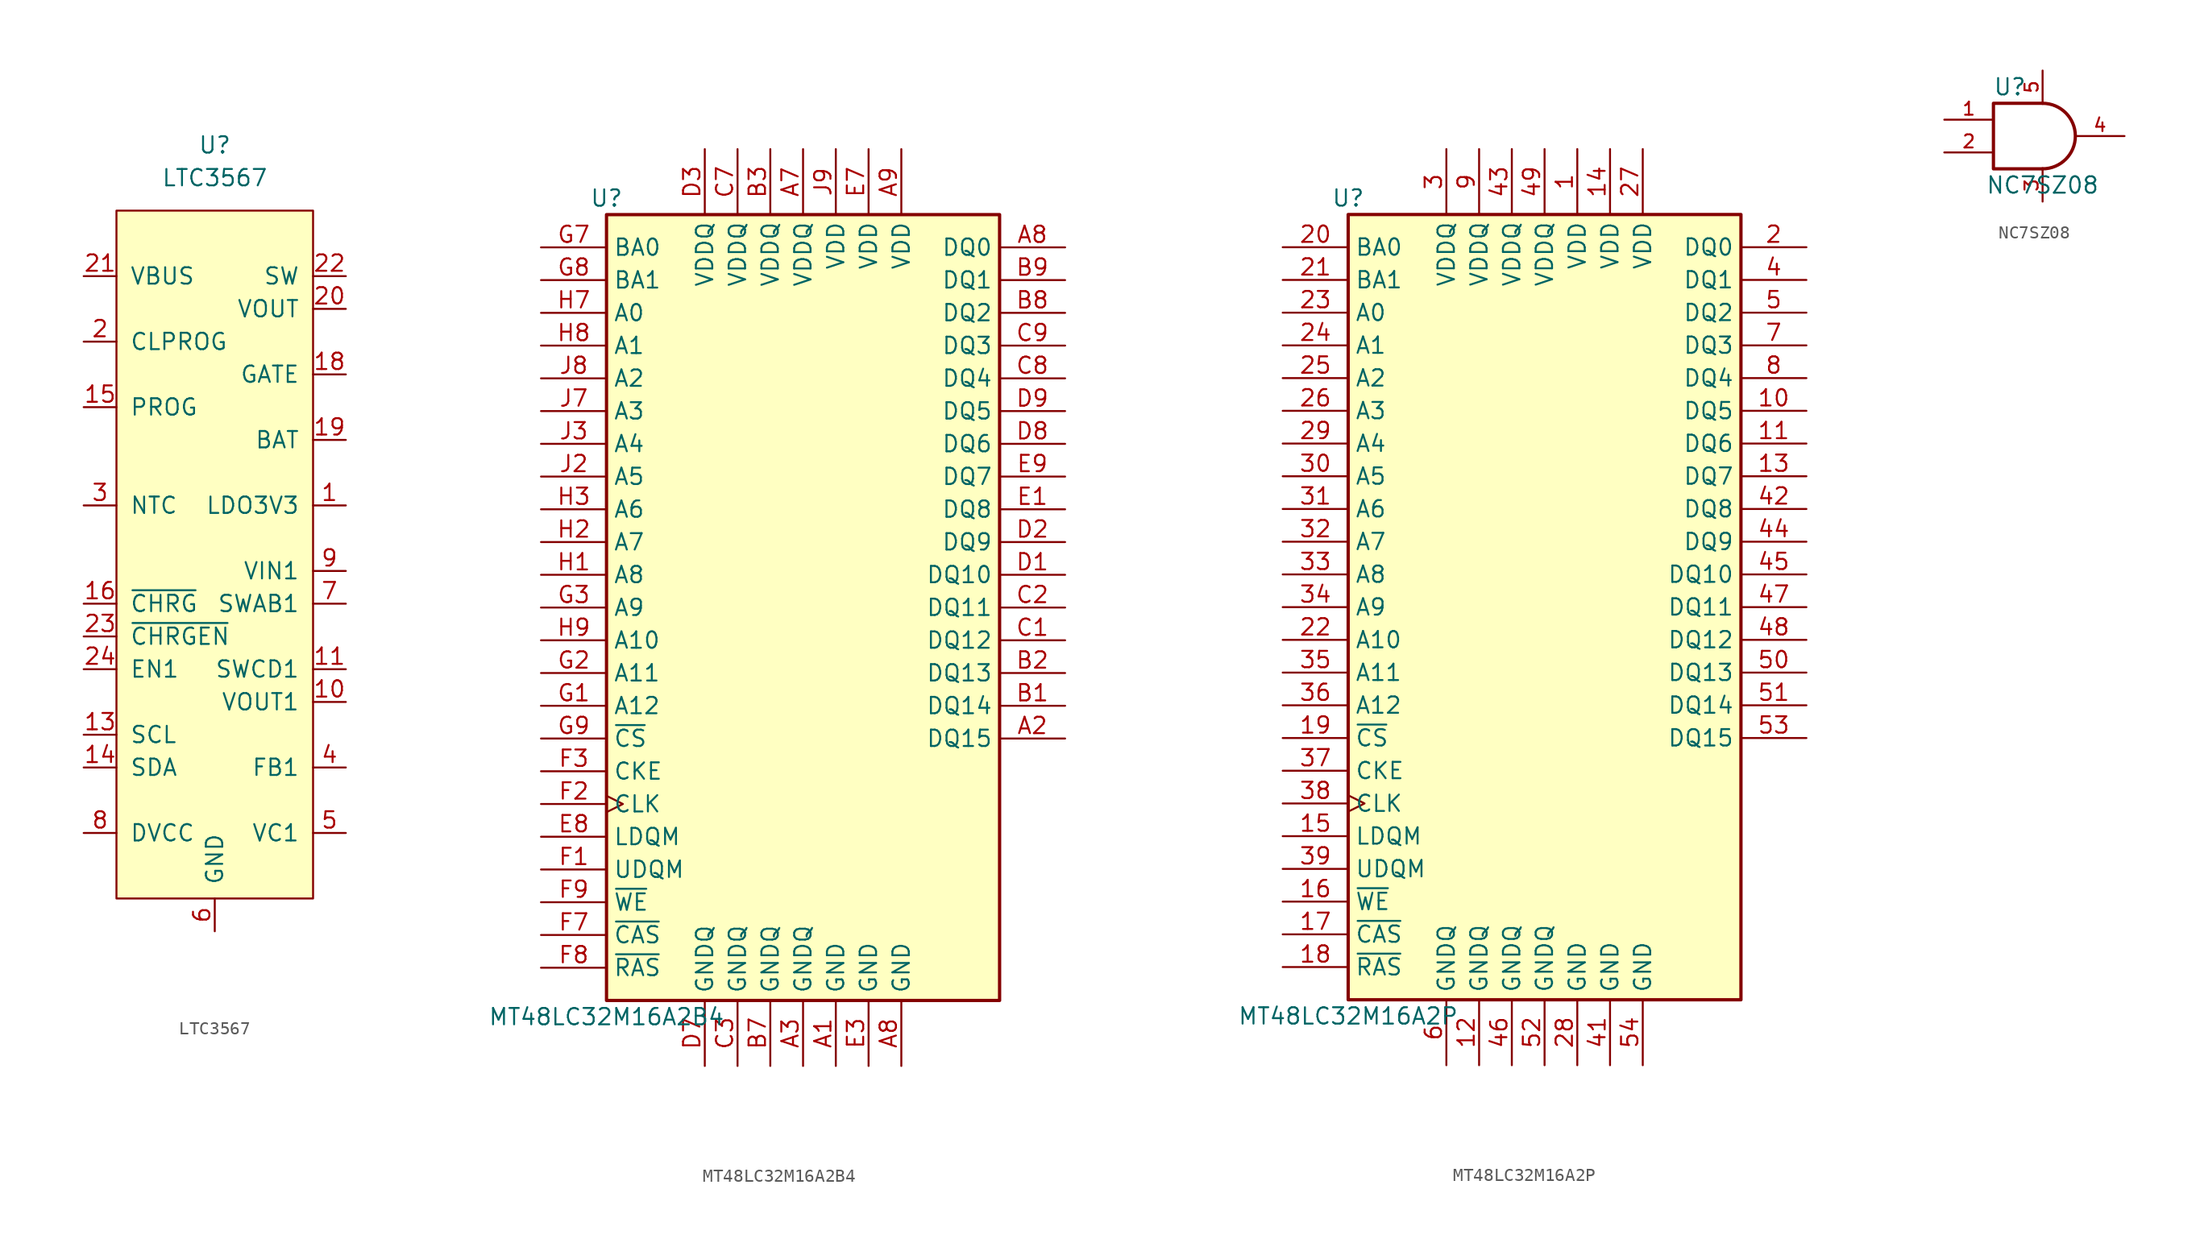
<source format=kicad_sym>
(kicad_symbol_lib
  (version 20210619)
  (generator kicad_symbol_editor)
  (symbol "symbols:LTC3567"
    (pin_names
      (offset 1.016))
    (property "Reference" "U"
      (at 0 0 0)
      (effects (font (size 1.27 1.27))))
    (property "Value" "LTC3567"
      (at 0 -2.54 0)
      (effects (font (size 1.27 1.27))))
    (symbol "LTC3567_0_1"
      (rectangle (start -7.62 -5.08) (end 7.62 -58.42) (stroke (width 0)) (fill (type background))))
    (symbol "LTC3567_1_1"
      (pin output line (at 10.16 -27.94 180) (length 2.54) (name "LDO3V3" (effects (font (size 1.27 1.27)))) (number "1" (effects (font (size 1.27 1.27)))))
      (pin output line (at 10.16 -43.18 180) (length 2.54) (name "VOUT1" (effects (font (size 1.27 1.27)))) (number "10" (effects (font (size 1.27 1.27)))))
      (pin input line (at 10.16 -40.64 180) (length 2.54) (name "SWCD1" (effects (font (size 1.27 1.27)))) (number "11" (effects (font (size 1.27 1.27)))))
      (pin power_in line (at 0 -60.96 90) (length 2.54) hide (name "GND" (effects (font (size 1.27 1.27)))) (number "12" (effects (font (size 1.27 1.27)))))
      (pin open_collector line (at -10.16 -45.72 0) (length 2.54) (name "SCL" (effects (font (size 1.27 1.27)))) (number "13" (effects (font (size 1.27 1.27)))))
      (pin open_collector line (at -10.16 -48.26 0) (length 2.54) (name "SDA" (effects (font (size 1.27 1.27)))) (number "14" (effects (font (size 1.27 1.27)))))
      (pin input line (at -10.16 -20.32 0) (length 2.54) (name "PROG" (effects (font (size 1.27 1.27)))) (number "15" (effects (font (size 1.27 1.27)))))
      (pin output line (at -10.16 -35.56 0) (length 2.54) (name "~{CHRG}" (effects (font (size 1.27 1.27)))) (number "16" (effects (font (size 1.27 1.27)))))
      (pin power_in line (at 0 -60.96 90) (length 2.54) hide (name "GND" (effects (font (size 1.27 1.27)))) (number "17" (effects (font (size 1.27 1.27)))))
      (pin output line (at 10.16 -17.78 180) (length 2.54) (name "GATE" (effects (font (size 1.27 1.27)))) (number "18" (effects (font (size 1.27 1.27)))))
      (pin input line (at 10.16 -22.86 180) (length 2.54) (name "BAT" (effects (font (size 1.27 1.27)))) (number "19" (effects (font (size 1.27 1.27)))))
      (pin input line (at -10.16 -15.24 0) (length 2.54) (name "CLPROG" (effects (font (size 1.27 1.27)))) (number "2" (effects (font (size 1.27 1.27)))))
      (pin output line (at 10.16 -12.7 180) (length 2.54) (name "VOUT" (effects (font (size 1.27 1.27)))) (number "20" (effects (font (size 1.27 1.27)))))
      (pin input line (at -10.16 -10.16 0) (length 2.54) (name "VBUS" (effects (font (size 1.27 1.27)))) (number "21" (effects (font (size 1.27 1.27)))))
      (pin output line (at 10.16 -10.16 180) (length 2.54) (name "SW" (effects (font (size 1.27 1.27)))) (number "22" (effects (font (size 1.27 1.27)))))
      (pin input line (at -10.16 -38.1 0) (length 2.54) (name "~{CHRGEN}" (effects (font (size 1.27 1.27)))) (number "23" (effects (font (size 1.27 1.27)))))
      (pin input line (at -10.16 -40.64 0) (length 2.54) (name "EN1" (effects (font (size 1.27 1.27)))) (number "24" (effects (font (size 1.27 1.27)))))
      (pin power_in line (at 0 -60.96 90) (length 2.54) hide (name "GND" (effects (font (size 1.27 1.27)))) (number "25" (effects (font (size 1.27 1.27)))))
      (pin input line (at -10.16 -27.94 0) (length 2.54) (name "NTC" (effects (font (size 1.27 1.27)))) (number "3" (effects (font (size 1.27 1.27)))))
      (pin input line (at 10.16 -48.26 180) (length 2.54) (name "FB1" (effects (font (size 1.27 1.27)))) (number "4" (effects (font (size 1.27 1.27)))))
      (pin input line (at 10.16 -53.34 180) (length 2.54) (name "VC1" (effects (font (size 1.27 1.27)))) (number "5" (effects (font (size 1.27 1.27)))))
      (pin power_in line (at 0 -60.96 90) (length 2.54) (name "GND" (effects (font (size 1.27 1.27)))) (number "6" (effects (font (size 1.27 1.27)))))
      (pin input line (at 10.16 -35.56 180) (length 2.54) (name "SWAB1" (effects (font (size 1.27 1.27)))) (number "7" (effects (font (size 1.27 1.27)))))
      (pin input line (at -10.16 -53.34 0) (length 2.54) (name "DVCC" (effects (font (size 1.27 1.27)))) (number "8" (effects (font (size 1.27 1.27)))))
      (pin input line (at 10.16 -33.02 180) (length 2.54) (name "VIN1" (effects (font (size 1.27 1.27)))) (number "9" (effects (font (size 1.27 1.27)))))))
  (symbol "symbols:MT48LC32M16A2B4"
    (property "Reference" "U"
      (at -15.24 31.75 0)
      (effects (font (size 1.27 1.27))))
    (property "Value" "MT48LC32M16A2B4"
      (at -15.24 -31.75 0)
      (effects (font (size 1.27 1.27))))
    (symbol "MT48LC32M16A2B4_1_1"
      (rectangle (start -15.24 30.48) (end 15.24 -30.48) (stroke (width 0.254)) (fill (type background)))
      (pin power_in line (at 2.54 -35.56 90) (length 5.08) (name "GND" (effects (font (size 1.27 1.27)))) (number "A1" (effects (font (size 1.27 1.27)))))
      (pin bidirectional line (at 20.32 -10.16 180) (length 5.08) (name "DQ15" (effects (font (size 1.27 1.27)))) (number "A2" (effects (font (size 1.27 1.27)))))
      (pin power_in line (at 0 -35.56 90) (length 5.08) (name "GNDQ" (effects (font (size 1.27 1.27)))) (number "A3" (effects (font (size 1.27 1.27)))))
      (pin power_in line (at 0 35.56 270) (length 5.08) (name "VDDQ" (effects (font (size 1.27 1.27)))) (number "A7" (effects (font (size 1.27 1.27)))))
      (pin bidirectional line (at 20.32 27.94 180) (length 5.08) (name "DQ0" (effects (font (size 1.27 1.27)))) (number "A8" (effects (font (size 1.27 1.27)))))
      (pin power_in line (at 7.62 -35.56 90) (length 5.08) (name "GND" (effects (font (size 1.27 1.27)))) (number "A8" (effects (font (size 1.27 1.27)))))
      (pin power_in line (at 7.62 35.56 270) (length 5.08) (name "VDD" (effects (font (size 1.27 1.27)))) (number "A9" (effects (font (size 1.27 1.27)))))
      (pin bidirectional line (at 20.32 -7.62 180) (length 5.08) (name "DQ14" (effects (font (size 1.27 1.27)))) (number "B1" (effects (font (size 1.27 1.27)))))
      (pin bidirectional line (at 20.32 -5.08 180) (length 5.08) (name "DQ13" (effects (font (size 1.27 1.27)))) (number "B2" (effects (font (size 1.27 1.27)))))
      (pin power_in line (at -2.54 35.56 270) (length 5.08) (name "VDDQ" (effects (font (size 1.27 1.27)))) (number "B3" (effects (font (size 1.27 1.27)))))
      (pin power_in line (at -2.54 -35.56 90) (length 5.08) (name "GNDQ" (effects (font (size 1.27 1.27)))) (number "B7" (effects (font (size 1.27 1.27)))))
      (pin bidirectional line (at 20.32 22.86 180) (length 5.08) (name "DQ2" (effects (font (size 1.27 1.27)))) (number "B8" (effects (font (size 1.27 1.27)))))
      (pin bidirectional line (at 20.32 25.4 180) (length 5.08) (name "DQ1" (effects (font (size 1.27 1.27)))) (number "B9" (effects (font (size 1.27 1.27)))))
      (pin bidirectional line (at 20.32 -2.54 180) (length 5.08) (name "DQ12" (effects (font (size 1.27 1.27)))) (number "C1" (effects (font (size 1.27 1.27)))))
      (pin bidirectional line (at 20.32 0 180) (length 5.08) (name "DQ11" (effects (font (size 1.27 1.27)))) (number "C2" (effects (font (size 1.27 1.27)))))
      (pin power_in line (at -5.08 -35.56 90) (length 5.08) (name "GNDQ" (effects (font (size 1.27 1.27)))) (number "C3" (effects (font (size 1.27 1.27)))))
      (pin power_in line (at -5.08 35.56 270) (length 5.08) (name "VDDQ" (effects (font (size 1.27 1.27)))) (number "C7" (effects (font (size 1.27 1.27)))))
      (pin bidirectional line (at 20.32 17.78 180) (length 5.08) (name "DQ4" (effects (font (size 1.27 1.27)))) (number "C8" (effects (font (size 1.27 1.27)))))
      (pin bidirectional line (at 20.32 20.32 180) (length 5.08) (name "DQ3" (effects (font (size 1.27 1.27)))) (number "C9" (effects (font (size 1.27 1.27)))))
      (pin bidirectional line (at 20.32 2.54 180) (length 5.08) (name "DQ10" (effects (font (size 1.27 1.27)))) (number "D1" (effects (font (size 1.27 1.27)))))
      (pin bidirectional line (at 20.32 5.08 180) (length 5.08) (name "DQ9" (effects (font (size 1.27 1.27)))) (number "D2" (effects (font (size 1.27 1.27)))))
      (pin power_in line (at -7.62 35.56 270) (length 5.08) (name "VDDQ" (effects (font (size 1.27 1.27)))) (number "D3" (effects (font (size 1.27 1.27)))))
      (pin power_in line (at -7.62 -35.56 90) (length 5.08) (name "GNDQ" (effects (font (size 1.27 1.27)))) (number "D7" (effects (font (size 1.27 1.27)))))
      (pin bidirectional line (at 20.32 12.7 180) (length 5.08) (name "DQ6" (effects (font (size 1.27 1.27)))) (number "D8" (effects (font (size 1.27 1.27)))))
      (pin bidirectional line (at 20.32 15.24 180) (length 5.08) (name "DQ5" (effects (font (size 1.27 1.27)))) (number "D9" (effects (font (size 1.27 1.27)))))
      (pin bidirectional line (at 20.32 7.62 180) (length 5.08) (name "DQ8" (effects (font (size 1.27 1.27)))) (number "E1" (effects (font (size 1.27 1.27)))))
      (pin no_connect line (at 15.24 -20.32 180) (length 5.08) hide (name "NC" (effects (font (size 1.27 1.27)))) (number "E2" (effects (font (size 1.27 1.27)))))
      (pin power_in line (at 5.08 -35.56 90) (length 5.08) (name "GND" (effects (font (size 1.27 1.27)))) (number "E3" (effects (font (size 1.27 1.27)))))
      (pin power_in line (at 5.08 35.56 270) (length 5.08) (name "VDD" (effects (font (size 1.27 1.27)))) (number "E7" (effects (font (size 1.27 1.27)))))
      (pin input line (at -20.32 -17.78 0) (length 5.08) (name "LDQM" (effects (font (size 1.27 1.27)))) (number "E8" (effects (font (size 1.27 1.27)))))
      (pin bidirectional line (at 20.32 10.16 180) (length 5.08) (name "DQ7" (effects (font (size 1.27 1.27)))) (number "E9" (effects (font (size 1.27 1.27)))))
      (pin input line (at -20.32 -20.32 0) (length 5.08) (name "UDQM" (effects (font (size 1.27 1.27)))) (number "F1" (effects (font (size 1.27 1.27)))))
      (pin input clock (at -20.32 -15.24 0) (length 5.08) (name "CLK" (effects (font (size 1.27 1.27)))) (number "F2" (effects (font (size 1.27 1.27)))))
      (pin input line (at -20.32 -12.7 0) (length 5.08) (name "CKE" (effects (font (size 1.27 1.27)))) (number "F3" (effects (font (size 1.27 1.27)))))
      (pin input line (at -20.32 -25.4 0) (length 5.08) (name "~{CAS}" (effects (font (size 1.27 1.27)))) (number "F7" (effects (font (size 1.27 1.27)))))
      (pin input line (at -20.32 -27.94 0) (length 5.08) (name "~{RAS}" (effects (font (size 1.27 1.27)))) (number "F8" (effects (font (size 1.27 1.27)))))
      (pin input line (at -20.32 -22.86 0) (length 5.08) (name "~{WE}" (effects (font (size 1.27 1.27)))) (number "F9" (effects (font (size 1.27 1.27)))))
      (pin input line (at -20.32 -7.62 0) (length 5.08) (name "A12" (effects (font (size 1.27 1.27)))) (number "G1" (effects (font (size 1.27 1.27)))))
      (pin input line (at -20.32 -5.08 0) (length 5.08) (name "A11" (effects (font (size 1.27 1.27)))) (number "G2" (effects (font (size 1.27 1.27)))))
      (pin input line (at -20.32 0 0) (length 5.08) (name "A9" (effects (font (size 1.27 1.27)))) (number "G3" (effects (font (size 1.27 1.27)))))
      (pin input line (at -20.32 27.94 0) (length 5.08) (name "BA0" (effects (font (size 1.27 1.27)))) (number "G7" (effects (font (size 1.27 1.27)))))
      (pin input line (at -20.32 25.4 0) (length 5.08) (name "BA1" (effects (font (size 1.27 1.27)))) (number "G8" (effects (font (size 1.27 1.27)))))
      (pin input line (at -20.32 -10.16 0) (length 5.08) (name "~{CS}" (effects (font (size 1.27 1.27)))) (number "G9" (effects (font (size 1.27 1.27)))))
      (pin input line (at -20.32 2.54 0) (length 5.08) (name "A8" (effects (font (size 1.27 1.27)))) (number "H1" (effects (font (size 1.27 1.27)))))
      (pin input line (at -20.32 5.08 0) (length 5.08) (name "A7" (effects (font (size 1.27 1.27)))) (number "H2" (effects (font (size 1.27 1.27)))))
      (pin input line (at -20.32 7.62 0) (length 5.08) (name "A6" (effects (font (size 1.27 1.27)))) (number "H3" (effects (font (size 1.27 1.27)))))
      (pin input line (at -20.32 22.86 0) (length 5.08) (name "A0" (effects (font (size 1.27 1.27)))) (number "H7" (effects (font (size 1.27 1.27)))))
      (pin input line (at -20.32 20.32 0) (length 5.08) (name "A1" (effects (font (size 1.27 1.27)))) (number "H8" (effects (font (size 1.27 1.27)))))
      (pin input line (at -20.32 -2.54 0) (length 5.08) (name "A10" (effects (font (size 1.27 1.27)))) (number "H9" (effects (font (size 1.27 1.27)))))
      (pin input line (at -20.32 10.16 0) (length 5.08) (name "A5" (effects (font (size 1.27 1.27)))) (number "J2" (effects (font (size 1.27 1.27)))))
      (pin input line (at -20.32 12.7 0) (length 5.08) (name "A4" (effects (font (size 1.27 1.27)))) (number "J3" (effects (font (size 1.27 1.27)))))
      (pin input line (at -20.32 15.24 0) (length 5.08) (name "A3" (effects (font (size 1.27 1.27)))) (number "J7" (effects (font (size 1.27 1.27)))))
      (pin input line (at -20.32 17.78 0) (length 5.08) (name "A2" (effects (font (size 1.27 1.27)))) (number "J8" (effects (font (size 1.27 1.27)))))
      (pin power_in line (at 2.54 35.56 270) (length 5.08) (name "VDD" (effects (font (size 1.27 1.27)))) (number "J9" (effects (font (size 1.27 1.27)))))))
  (symbol "symbols:MT48LC32M16A2P"
    (property "Reference" "U"
      (at -15.24 31.75 0)
      (effects (font (size 1.27 1.27))))
    (property "Value" "MT48LC32M16A2P"
      (at -15.24 -31.75 0)
      (effects (font (size 1.27 1.27))))
    (symbol "MT48LC32M16A2P_1_1"
      (rectangle (start -15.24 30.48) (end 15.24 -30.48) (stroke (width 0.254)) (fill (type background)))
      (pin power_in line (at 2.54 35.56 270) (length 5.08) (name "VDD" (effects (font (size 1.27 1.27)))) (number "1" (effects (font (size 1.27 1.27)))))
      (pin bidirectional line (at 20.32 15.24 180) (length 5.08) (name "DQ5" (effects (font (size 1.27 1.27)))) (number "10" (effects (font (size 1.27 1.27)))))
      (pin bidirectional line (at 20.32 12.7 180) (length 5.08) (name "DQ6" (effects (font (size 1.27 1.27)))) (number "11" (effects (font (size 1.27 1.27)))))
      (pin power_in line (at -5.08 -35.56 90) (length 5.08) (name "GNDQ" (effects (font (size 1.27 1.27)))) (number "12" (effects (font (size 1.27 1.27)))))
      (pin bidirectional line (at 20.32 10.16 180) (length 5.08) (name "DQ7" (effects (font (size 1.27 1.27)))) (number "13" (effects (font (size 1.27 1.27)))))
      (pin power_in line (at 5.08 35.56 270) (length 5.08) (name "VDD" (effects (font (size 1.27 1.27)))) (number "14" (effects (font (size 1.27 1.27)))))
      (pin input line (at -20.32 -17.78 0) (length 5.08) (name "LDQM" (effects (font (size 1.27 1.27)))) (number "15" (effects (font (size 1.27 1.27)))))
      (pin input line (at -20.32 -22.86 0) (length 5.08) (name "~{WE}" (effects (font (size 1.27 1.27)))) (number "16" (effects (font (size 1.27 1.27)))))
      (pin input line (at -20.32 -25.4 0) (length 5.08) (name "~{CAS}" (effects (font (size 1.27 1.27)))) (number "17" (effects (font (size 1.27 1.27)))))
      (pin input line (at -20.32 -27.94 0) (length 5.08) (name "~{RAS}" (effects (font (size 1.27 1.27)))) (number "18" (effects (font (size 1.27 1.27)))))
      (pin input line (at -20.32 -10.16 0) (length 5.08) (name "~{CS}" (effects (font (size 1.27 1.27)))) (number "19" (effects (font (size 1.27 1.27)))))
      (pin bidirectional line (at 20.32 27.94 180) (length 5.08) (name "DQ0" (effects (font (size 1.27 1.27)))) (number "2" (effects (font (size 1.27 1.27)))))
      (pin input line (at -20.32 27.94 0) (length 5.08) (name "BA0" (effects (font (size 1.27 1.27)))) (number "20" (effects (font (size 1.27 1.27)))))
      (pin input line (at -20.32 25.4 0) (length 5.08) (name "BA1" (effects (font (size 1.27 1.27)))) (number "21" (effects (font (size 1.27 1.27)))))
      (pin input line (at -20.32 -2.54 0) (length 5.08) (name "A10" (effects (font (size 1.27 1.27)))) (number "22" (effects (font (size 1.27 1.27)))))
      (pin input line (at -20.32 22.86 0) (length 5.08) (name "A0" (effects (font (size 1.27 1.27)))) (number "23" (effects (font (size 1.27 1.27)))))
      (pin input line (at -20.32 20.32 0) (length 5.08) (name "A1" (effects (font (size 1.27 1.27)))) (number "24" (effects (font (size 1.27 1.27)))))
      (pin input line (at -20.32 17.78 0) (length 5.08) (name "A2" (effects (font (size 1.27 1.27)))) (number "25" (effects (font (size 1.27 1.27)))))
      (pin input line (at -20.32 15.24 0) (length 5.08) (name "A3" (effects (font (size 1.27 1.27)))) (number "26" (effects (font (size 1.27 1.27)))))
      (pin power_in line (at 7.62 35.56 270) (length 5.08) (name "VDD" (effects (font (size 1.27 1.27)))) (number "27" (effects (font (size 1.27 1.27)))))
      (pin power_in line (at 2.54 -35.56 90) (length 5.08) (name "GND" (effects (font (size 1.27 1.27)))) (number "28" (effects (font (size 1.27 1.27)))))
      (pin input line (at -20.32 12.7 0) (length 5.08) (name "A4" (effects (font (size 1.27 1.27)))) (number "29" (effects (font (size 1.27 1.27)))))
      (pin power_in line (at -7.62 35.56 270) (length 5.08) (name "VDDQ" (effects (font (size 1.27 1.27)))) (number "3" (effects (font (size 1.27 1.27)))))
      (pin input line (at -20.32 10.16 0) (length 5.08) (name "A5" (effects (font (size 1.27 1.27)))) (number "30" (effects (font (size 1.27 1.27)))))
      (pin input line (at -20.32 7.62 0) (length 5.08) (name "A6" (effects (font (size 1.27 1.27)))) (number "31" (effects (font (size 1.27 1.27)))))
      (pin input line (at -20.32 5.08 0) (length 5.08) (name "A7" (effects (font (size 1.27 1.27)))) (number "32" (effects (font (size 1.27 1.27)))))
      (pin input line (at -20.32 2.54 0) (length 5.08) (name "A8" (effects (font (size 1.27 1.27)))) (number "33" (effects (font (size 1.27 1.27)))))
      (pin input line (at -20.32 0 0) (length 5.08) (name "A9" (effects (font (size 1.27 1.27)))) (number "34" (effects (font (size 1.27 1.27)))))
      (pin input line (at -20.32 -5.08 0) (length 5.08) (name "A11" (effects (font (size 1.27 1.27)))) (number "35" (effects (font (size 1.27 1.27)))))
      (pin input line (at -20.32 -7.62 0) (length 5.08) (name "A12" (effects (font (size 1.27 1.27)))) (number "36" (effects (font (size 1.27 1.27)))))
      (pin input line (at -20.32 -12.7 0) (length 5.08) (name "CKE" (effects (font (size 1.27 1.27)))) (number "37" (effects (font (size 1.27 1.27)))))
      (pin input clock (at -20.32 -15.24 0) (length 5.08) (name "CLK" (effects (font (size 1.27 1.27)))) (number "38" (effects (font (size 1.27 1.27)))))
      (pin input line (at -20.32 -20.32 0) (length 5.08) (name "UDQM" (effects (font (size 1.27 1.27)))) (number "39" (effects (font (size 1.27 1.27)))))
      (pin bidirectional line (at 20.32 25.4 180) (length 5.08) (name "DQ1" (effects (font (size 1.27 1.27)))) (number "4" (effects (font (size 1.27 1.27)))))
      (pin no_connect line (at 15.24 -20.32 180) (length 5.08) hide (name "NC" (effects (font (size 1.27 1.27)))) (number "40" (effects (font (size 1.27 1.27)))))
      (pin power_in line (at 5.08 -35.56 90) (length 5.08) (name "GND" (effects (font (size 1.27 1.27)))) (number "41" (effects (font (size 1.27 1.27)))))
      (pin bidirectional line (at 20.32 7.62 180) (length 5.08) (name "DQ8" (effects (font (size 1.27 1.27)))) (number "42" (effects (font (size 1.27 1.27)))))
      (pin power_in line (at -2.54 35.56 270) (length 5.08) (name "VDDQ" (effects (font (size 1.27 1.27)))) (number "43" (effects (font (size 1.27 1.27)))))
      (pin bidirectional line (at 20.32 5.08 180) (length 5.08) (name "DQ9" (effects (font (size 1.27 1.27)))) (number "44" (effects (font (size 1.27 1.27)))))
      (pin bidirectional line (at 20.32 2.54 180) (length 5.08) (name "DQ10" (effects (font (size 1.27 1.27)))) (number "45" (effects (font (size 1.27 1.27)))))
      (pin power_in line (at -2.54 -35.56 90) (length 5.08) (name "GNDQ" (effects (font (size 1.27 1.27)))) (number "46" (effects (font (size 1.27 1.27)))))
      (pin bidirectional line (at 20.32 0 180) (length 5.08) (name "DQ11" (effects (font (size 1.27 1.27)))) (number "47" (effects (font (size 1.27 1.27)))))
      (pin bidirectional line (at 20.32 -2.54 180) (length 5.08) (name "DQ12" (effects (font (size 1.27 1.27)))) (number "48" (effects (font (size 1.27 1.27)))))
      (pin power_in line (at 0 35.56 270) (length 5.08) (name "VDDQ" (effects (font (size 1.27 1.27)))) (number "49" (effects (font (size 1.27 1.27)))))
      (pin bidirectional line (at 20.32 22.86 180) (length 5.08) (name "DQ2" (effects (font (size 1.27 1.27)))) (number "5" (effects (font (size 1.27 1.27)))))
      (pin bidirectional line (at 20.32 -5.08 180) (length 5.08) (name "DQ13" (effects (font (size 1.27 1.27)))) (number "50" (effects (font (size 1.27 1.27)))))
      (pin bidirectional line (at 20.32 -7.62 180) (length 5.08) (name "DQ14" (effects (font (size 1.27 1.27)))) (number "51" (effects (font (size 1.27 1.27)))))
      (pin power_in line (at 0 -35.56 90) (length 5.08) (name "GNDQ" (effects (font (size 1.27 1.27)))) (number "52" (effects (font (size 1.27 1.27)))))
      (pin bidirectional line (at 20.32 -10.16 180) (length 5.08) (name "DQ15" (effects (font (size 1.27 1.27)))) (number "53" (effects (font (size 1.27 1.27)))))
      (pin power_in line (at 7.62 -35.56 90) (length 5.08) (name "GND" (effects (font (size 1.27 1.27)))) (number "54" (effects (font (size 1.27 1.27)))))
      (pin power_in line (at -7.62 -35.56 90) (length 5.08) (name "GNDQ" (effects (font (size 1.27 1.27)))) (number "6" (effects (font (size 1.27 1.27)))))
      (pin bidirectional line (at 20.32 20.32 180) (length 5.08) (name "DQ3" (effects (font (size 1.27 1.27)))) (number "7" (effects (font (size 1.27 1.27)))))
      (pin bidirectional line (at 20.32 17.78 180) (length 5.08) (name "DQ4" (effects (font (size 1.27 1.27)))) (number "8" (effects (font (size 1.27 1.27)))))
      (pin power_in line (at -5.08 35.56 270) (length 5.08) (name "VDDQ" (effects (font (size 1.27 1.27)))) (number "9" (effects (font (size 1.27 1.27)))))))
  (symbol "symbols:NC7SZ08"
    (pin_names
      (offset 1.016))
    (property "Reference" "U"
      (at -2.54 3.81 0)
      (effects (font (size 1.27 1.27))))
    (property "Value" "NC7SZ08"
      (at 0 -3.81 0)
      (effects (font (size 1.27 1.27))))
    (symbol "NC7SZ08_0_1"
      (arc (start 0 -2.54) (end 0 2.54) (radius (at 0 0) (length 2.54) (angles -89.9 89.9)) (stroke (width 0.254)) (fill (type none)))
      (polyline (pts (xy 0 -2.54) (xy -3.81 -2.54) (xy -3.81 2.54) (xy 0 2.54)) (stroke (width 0.254)) (fill (type none))))
    (symbol "NC7SZ08_1_1"
      (pin input line (at -7.62 1.27 0) (length 3.81) (name "~" (effects (font (size 1.016 1.016)))) (number "1" (effects (font (size 1.016 1.016)))))
      (pin input line (at -7.62 -1.27 0) (length 3.81) (name "~" (effects (font (size 1.016 1.016)))) (number "2" (effects (font (size 1.016 1.016)))))
      (pin power_in line (at 0 -5.08 90) (length 2.54) (name "~" (effects (font (size 1.016 1.016)))) (number "3" (effects (font (size 1.016 1.016)))))
      (pin output line (at 6.35 0 180) (length 3.81) (name "~" (effects (font (size 1.016 1.016)))) (number "4" (effects (font (size 1.016 1.016)))))
      (pin power_in line (at 0 5.08 270) (length 2.54) (name "~" (effects (font (size 1.016 1.016)))) (number "5" (effects (font (size 1.016 1.016))))))))
</source>
